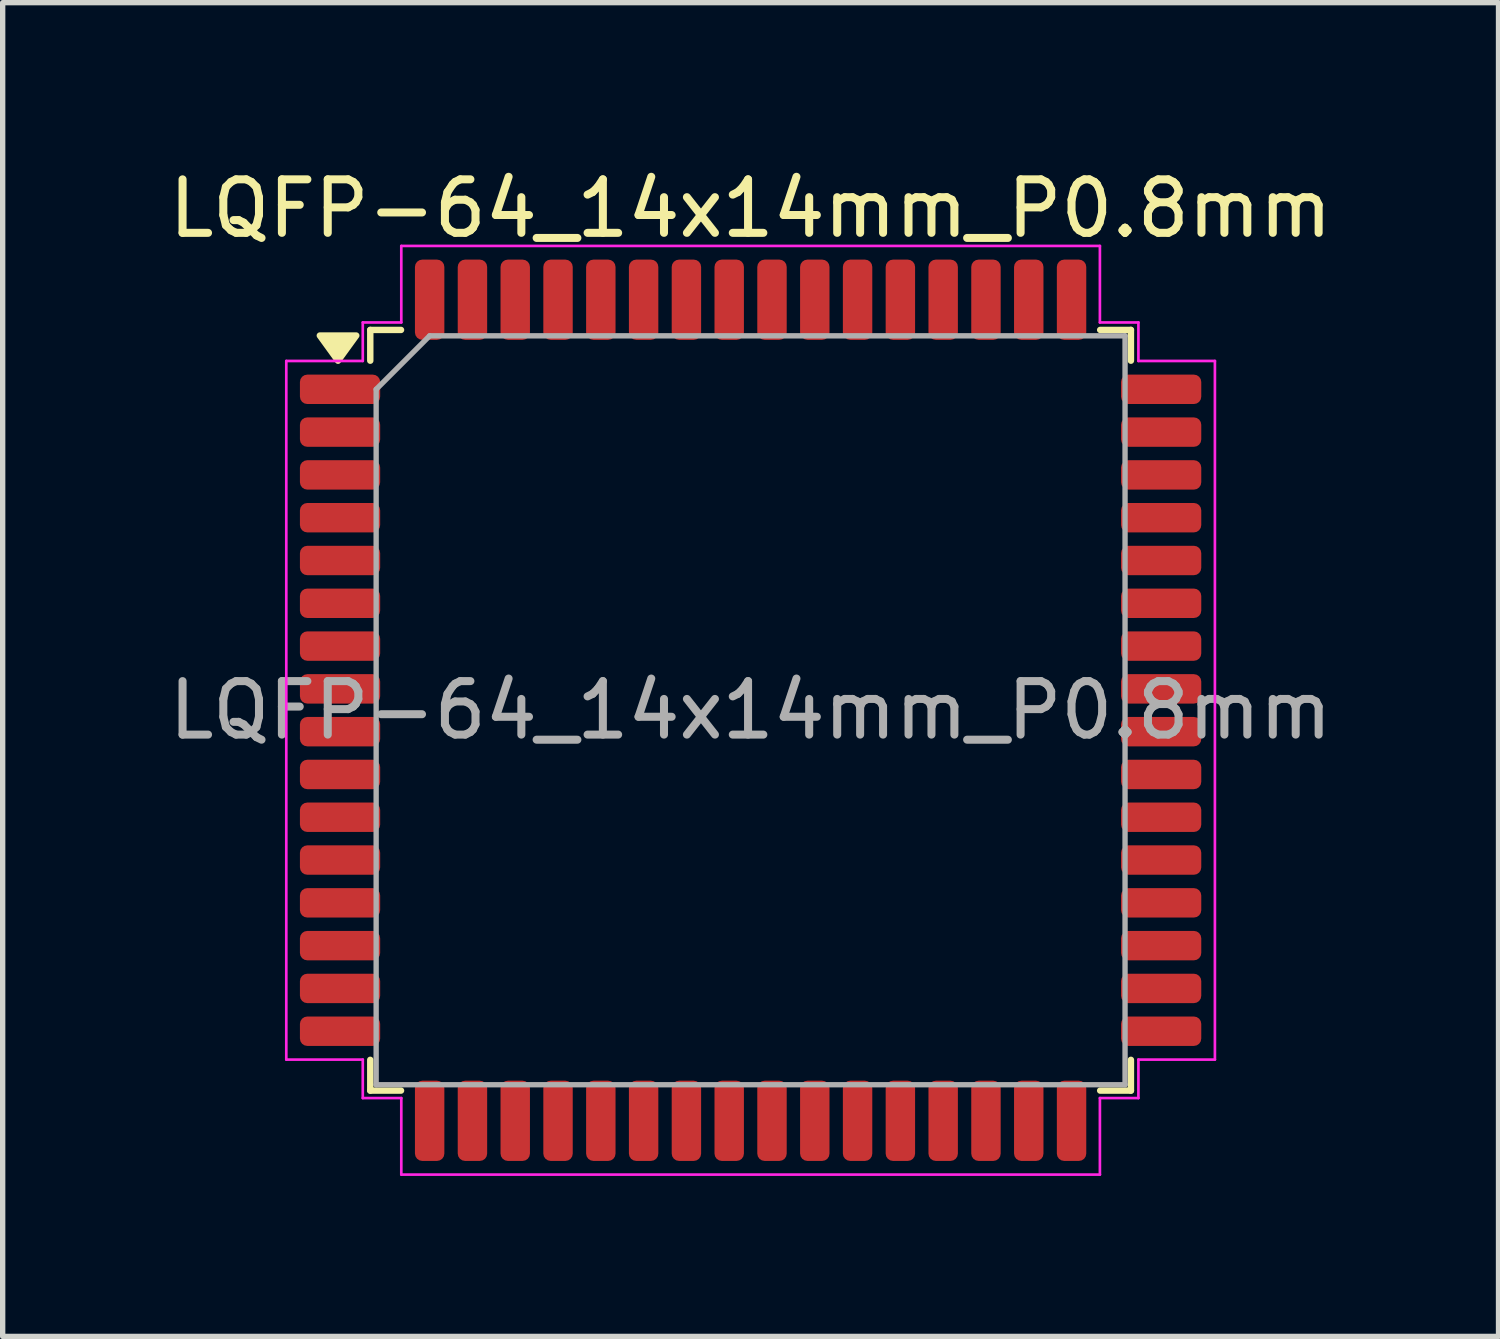
<source format=kicad_pcb>
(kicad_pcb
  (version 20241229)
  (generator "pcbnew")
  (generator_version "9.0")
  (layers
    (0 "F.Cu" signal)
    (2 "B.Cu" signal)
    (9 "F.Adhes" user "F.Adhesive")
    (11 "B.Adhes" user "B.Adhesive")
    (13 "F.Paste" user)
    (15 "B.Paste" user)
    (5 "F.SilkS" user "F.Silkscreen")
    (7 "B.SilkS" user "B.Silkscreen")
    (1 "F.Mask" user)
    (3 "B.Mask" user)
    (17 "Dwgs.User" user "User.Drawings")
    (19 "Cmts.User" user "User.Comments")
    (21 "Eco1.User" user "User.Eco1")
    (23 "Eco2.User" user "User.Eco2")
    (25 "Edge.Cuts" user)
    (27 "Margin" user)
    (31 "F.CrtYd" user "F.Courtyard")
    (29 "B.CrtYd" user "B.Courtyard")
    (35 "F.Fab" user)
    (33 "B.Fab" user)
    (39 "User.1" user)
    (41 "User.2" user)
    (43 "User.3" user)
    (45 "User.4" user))
  (footprint "LQFP-64_14x14mm_P0.8mm"
    (layer "F.Cu")
    (at 10.982 10.228)
    (property "Reference" "LQFP-64_14x14mm_P0.8mm" (at 0 -9.38 0) (layer "F.SilkS") (effects (font (size 1 1) (thickness 0.15))))
    (attr smd)
    (fp_line (start -7.11 -7.11) (end -7.11 -6.535) (stroke (width 0.12) (type solid)) (layer "F.SilkS"))
    (fp_line (start -7.11 7.11) (end -7.11 6.535) (stroke (width 0.12) (type solid)) (layer "F.SilkS"))
    (fp_line (start -6.535 -7.11) (end -7.11 -7.11) (stroke (width 0.12) (type solid)) (layer "F.SilkS"))
    (fp_line (start -6.535 7.11) (end -7.11 7.11) (stroke (width 0.12) (type solid)) (layer "F.SilkS"))
    (fp_line (start 6.535 -7.11) (end 7.11 -7.11) (stroke (width 0.12) (type solid)) (layer "F.SilkS"))
    (fp_line (start 6.535 7.11) (end 7.11 7.11) (stroke (width 0.12) (type solid)) (layer "F.SilkS"))
    (fp_line (start 7.11 -7.11) (end 7.11 -6.535) (stroke (width 0.12) (type solid)) (layer "F.SilkS"))
    (fp_line (start 7.11 7.11) (end 7.11 6.535) (stroke (width 0.12) (type solid)) (layer "F.SilkS"))
    (fp_poly (pts (xy -7.713 -6.535) (xy -8.053 -7.005) (xy -7.372 -7.005)) (stroke (width 0.12) (type solid)) (fill yes) (layer "F.SilkS"))
    (fp_line (start -8.68 -6.53) (end -7.25 -6.53) (stroke (width 0.05) (type solid)) (layer "F.CrtYd"))
    (fp_line (start -8.68 6.53) (end -8.68 -6.53) (stroke (width 0.05) (type solid)) (layer "F.CrtYd"))
    (fp_line (start -7.25 -7.25) (end -6.53 -7.25) (stroke (width 0.05) (type solid)) (layer "F.CrtYd"))
    (fp_line (start -7.25 -6.53) (end -7.25 -7.25) (stroke (width 0.05) (type solid)) (layer "F.CrtYd"))
    (fp_line (start -7.25 6.53) (end -8.68 6.53) (stroke (width 0.05) (type solid)) (layer "F.CrtYd"))
    (fp_line (start -7.25 7.25) (end -7.25 6.53) (stroke (width 0.05) (type solid)) (layer "F.CrtYd"))
    (fp_line (start -6.53 -8.68) (end 6.53 -8.68) (stroke (width 0.05) (type solid)) (layer "F.CrtYd"))
    (fp_line (start -6.53 -7.25) (end -6.53 -8.68) (stroke (width 0.05) (type solid)) (layer "F.CrtYd"))
    (fp_line (start -6.53 7.25) (end -7.25 7.25) (stroke (width 0.05) (type solid)) (layer "F.CrtYd"))
    (fp_line (start -6.53 8.68) (end -6.53 7.25) (stroke (width 0.05) (type solid)) (layer "F.CrtYd"))
    (fp_line (start 6.53 -8.68) (end 6.53 -7.25) (stroke (width 0.05) (type solid)) (layer "F.CrtYd"))
    (fp_line (start 6.53 -7.25) (end 7.25 -7.25) (stroke (width 0.05) (type solid)) (layer "F.CrtYd"))
    (fp_line (start 6.53 7.25) (end 6.53 8.68) (stroke (width 0.05) (type solid)) (layer "F.CrtYd"))
    (fp_line (start 6.53 8.68) (end -6.53 8.68) (stroke (width 0.05) (type solid)) (layer "F.CrtYd"))
    (fp_line (start 7.25 -7.25) (end 7.25 -6.53) (stroke (width 0.05) (type solid)) (layer "F.CrtYd"))
    (fp_line (start 7.25 -6.53) (end 8.68 -6.53) (stroke (width 0.05) (type solid)) (layer "F.CrtYd"))
    (fp_line (start 7.25 6.53) (end 7.25 7.25) (stroke (width 0.05) (type solid)) (layer "F.CrtYd"))
    (fp_line (start 7.25 7.25) (end 6.53 7.25) (stroke (width 0.05) (type solid)) (layer "F.CrtYd"))
    (fp_line (start 8.68 -6.53) (end 8.68 6.53) (stroke (width 0.05) (type solid)) (layer "F.CrtYd"))
    (fp_line (start 8.68 6.53) (end 7.25 6.53) (stroke (width 0.05) (type solid)) (layer "F.CrtYd"))
    (fp_line (start -7 -6) (end -6 -7) (stroke (width 0.1) (type solid)) (layer "F.Fab"))
    (fp_line (start -7 7) (end -7 -6) (stroke (width 0.1) (type solid)) (layer "F.Fab"))
    (fp_line (start -6 -7) (end 7 -7) (stroke (width 0.1) (type solid)) (layer "F.Fab"))
    (fp_line (start 7 -7) (end 7 7) (stroke (width 0.1) (type solid)) (layer "F.Fab"))
    (fp_line (start 7 7) (end -7 7) (stroke (width 0.1) (type solid)) (layer "F.Fab"))
    (fp_text user "${REFERENCE}" (at 0 0 0) (layer "F.Fab") (effects (font (size 1 1) (thickness 0.15))))
    (pad "1" smd roundrect (at -7.675 -6) (size 1.5 0.55) (layers "F.Cu" "F.Mask" "F.Paste") (roundrect_rratio 0.25))
    (pad "2" smd roundrect (at -7.675 -5.2) (size 1.5 0.55) (layers "F.Cu" "F.Mask" "F.Paste") (roundrect_rratio 0.25))
    (pad "3" smd roundrect (at -7.675 -4.4) (size 1.5 0.55) (layers "F.Cu" "F.Mask" "F.Paste") (roundrect_rratio 0.25))
    (pad "4" smd roundrect (at -7.675 -3.6) (size 1.5 0.55) (layers "F.Cu" "F.Mask" "F.Paste") (roundrect_rratio 0.25))
    (pad "5" smd roundrect (at -7.675 -2.8) (size 1.5 0.55) (layers "F.Cu" "F.Mask" "F.Paste") (roundrect_rratio 0.25))
    (pad "6" smd roundrect (at -7.675 -2) (size 1.5 0.55) (layers "F.Cu" "F.Mask" "F.Paste") (roundrect_rratio 0.25))
    (pad "7" smd roundrect (at -7.675 -1.2) (size 1.5 0.55) (layers "F.Cu" "F.Mask" "F.Paste") (roundrect_rratio 0.25))
    (pad "8" smd roundrect (at -7.675 -0.4) (size 1.5 0.55) (layers "F.Cu" "F.Mask" "F.Paste") (roundrect_rratio 0.25))
    (pad "9" smd roundrect (at -7.675 0.4) (size 1.5 0.55) (layers "F.Cu" "F.Mask" "F.Paste") (roundrect_rratio 0.25))
    (pad "10" smd roundrect (at -7.675 1.2) (size 1.5 0.55) (layers "F.Cu" "F.Mask" "F.Paste") (roundrect_rratio 0.25))
    (pad "11" smd roundrect (at -7.675 2) (size 1.5 0.55) (layers "F.Cu" "F.Mask" "F.Paste") (roundrect_rratio 0.25))
    (pad "12" smd roundrect (at -7.675 2.8) (size 1.5 0.55) (layers "F.Cu" "F.Mask" "F.Paste") (roundrect_rratio 0.25))
    (pad "13" smd roundrect (at -7.675 3.6) (size 1.5 0.55) (layers "F.Cu" "F.Mask" "F.Paste") (roundrect_rratio 0.25))
    (pad "14" smd roundrect (at -7.675 4.4) (size 1.5 0.55) (layers "F.Cu" "F.Mask" "F.Paste") (roundrect_rratio 0.25))
    (pad "15" smd roundrect (at -7.675 5.2) (size 1.5 0.55) (layers "F.Cu" "F.Mask" "F.Paste") (roundrect_rratio 0.25))
    (pad "16" smd roundrect (at -7.675 6) (size 1.5 0.55) (layers "F.Cu" "F.Mask" "F.Paste") (roundrect_rratio 0.25))
    (pad "17" smd roundrect (at -6 7.675) (size 0.55 1.5) (layers "F.Cu" "F.Mask" "F.Paste") (roundrect_rratio 0.25))
    (pad "18" smd roundrect (at -5.2 7.675) (size 0.55 1.5) (layers "F.Cu" "F.Mask" "F.Paste") (roundrect_rratio 0.25))
    (pad "19" smd roundrect (at -4.4 7.675) (size 0.55 1.5) (layers "F.Cu" "F.Mask" "F.Paste") (roundrect_rratio 0.25))
    (pad "20" smd roundrect (at -3.6 7.675) (size 0.55 1.5) (layers "F.Cu" "F.Mask" "F.Paste") (roundrect_rratio 0.25))
    (pad "21" smd roundrect (at -2.8 7.675) (size 0.55 1.5) (layers "F.Cu" "F.Mask" "F.Paste") (roundrect_rratio 0.25))
    (pad "22" smd roundrect (at -2 7.675) (size 0.55 1.5) (layers "F.Cu" "F.Mask" "F.Paste") (roundrect_rratio 0.25))
    (pad "23" smd roundrect (at -1.2 7.675) (size 0.55 1.5) (layers "F.Cu" "F.Mask" "F.Paste") (roundrect_rratio 0.25))
    (pad "24" smd roundrect (at -0.4 7.675) (size 0.55 1.5) (layers "F.Cu" "F.Mask" "F.Paste") (roundrect_rratio 0.25))
    (pad "25" smd roundrect (at 0.4 7.675) (size 0.55 1.5) (layers "F.Cu" "F.Mask" "F.Paste") (roundrect_rratio 0.25))
    (pad "26" smd roundrect (at 1.2 7.675) (size 0.55 1.5) (layers "F.Cu" "F.Mask" "F.Paste") (roundrect_rratio 0.25))
    (pad "27" smd roundrect (at 2 7.675) (size 0.55 1.5) (layers "F.Cu" "F.Mask" "F.Paste") (roundrect_rratio 0.25))
    (pad "28" smd roundrect (at 2.8 7.675) (size 0.55 1.5) (layers "F.Cu" "F.Mask" "F.Paste") (roundrect_rratio 0.25))
    (pad "29" smd roundrect (at 3.6 7.675) (size 0.55 1.5) (layers "F.Cu" "F.Mask" "F.Paste") (roundrect_rratio 0.25))
    (pad "30" smd roundrect (at 4.4 7.675) (size 0.55 1.5) (layers "F.Cu" "F.Mask" "F.Paste") (roundrect_rratio 0.25))
    (pad "31" smd roundrect (at 5.2 7.675) (size 0.55 1.5) (layers "F.Cu" "F.Mask" "F.Paste") (roundrect_rratio 0.25))
    (pad "32" smd roundrect (at 6 7.675) (size 0.55 1.5) (layers "F.Cu" "F.Mask" "F.Paste") (roundrect_rratio 0.25))
    (pad "33" smd roundrect (at 7.675 6) (size 1.5 0.55) (layers "F.Cu" "F.Mask" "F.Paste") (roundrect_rratio 0.25))
    (pad "34" smd roundrect (at 7.675 5.2) (size 1.5 0.55) (layers "F.Cu" "F.Mask" "F.Paste") (roundrect_rratio 0.25))
    (pad "35" smd roundrect (at 7.675 4.4) (size 1.5 0.55) (layers "F.Cu" "F.Mask" "F.Paste") (roundrect_rratio 0.25))
    (pad "36" smd roundrect (at 7.675 3.6) (size 1.5 0.55) (layers "F.Cu" "F.Mask" "F.Paste") (roundrect_rratio 0.25))
    (pad "37" smd roundrect (at 7.675 2.8) (size 1.5 0.55) (layers "F.Cu" "F.Mask" "F.Paste") (roundrect_rratio 0.25))
    (pad "38" smd roundrect (at 7.675 2) (size 1.5 0.55) (layers "F.Cu" "F.Mask" "F.Paste") (roundrect_rratio 0.25))
    (pad "39" smd roundrect (at 7.675 1.2) (size 1.5 0.55) (layers "F.Cu" "F.Mask" "F.Paste") (roundrect_rratio 0.25))
    (pad "40" smd roundrect (at 7.675 0.4) (size 1.5 0.55) (layers "F.Cu" "F.Mask" "F.Paste") (roundrect_rratio 0.25))
    (pad "41" smd roundrect (at 7.675 -0.4) (size 1.5 0.55) (layers "F.Cu" "F.Mask" "F.Paste") (roundrect_rratio 0.25))
    (pad "42" smd roundrect (at 7.675 -1.2) (size 1.5 0.55) (layers "F.Cu" "F.Mask" "F.Paste") (roundrect_rratio 0.25))
    (pad "43" smd roundrect (at 7.675 -2) (size 1.5 0.55) (layers "F.Cu" "F.Mask" "F.Paste") (roundrect_rratio 0.25))
    (pad "44" smd roundrect (at 7.675 -2.8) (size 1.5 0.55) (layers "F.Cu" "F.Mask" "F.Paste") (roundrect_rratio 0.25))
    (pad "45" smd roundrect (at 7.675 -3.6) (size 1.5 0.55) (layers "F.Cu" "F.Mask" "F.Paste") (roundrect_rratio 0.25))
    (pad "46" smd roundrect (at 7.675 -4.4) (size 1.5 0.55) (layers "F.Cu" "F.Mask" "F.Paste") (roundrect_rratio 0.25))
    (pad "47" smd roundrect (at 7.675 -5.2) (size 1.5 0.55) (layers "F.Cu" "F.Mask" "F.Paste") (roundrect_rratio 0.25))
    (pad "48" smd roundrect (at 7.675 -6) (size 1.5 0.55) (layers "F.Cu" "F.Mask" "F.Paste") (roundrect_rratio 0.25))
    (pad "49" smd roundrect (at 6 -7.675) (size 0.55 1.5) (layers "F.Cu" "F.Mask" "F.Paste") (roundrect_rratio 0.25))
    (pad "50" smd roundrect (at 5.2 -7.675) (size 0.55 1.5) (layers "F.Cu" "F.Mask" "F.Paste") (roundrect_rratio 0.25))
    (pad "51" smd roundrect (at 4.4 -7.675) (size 0.55 1.5) (layers "F.Cu" "F.Mask" "F.Paste") (roundrect_rratio 0.25))
    (pad "52" smd roundrect (at 3.6 -7.675) (size 0.55 1.5) (layers "F.Cu" "F.Mask" "F.Paste") (roundrect_rratio 0.25))
    (pad "53" smd roundrect (at 2.8 -7.675) (size 0.55 1.5) (layers "F.Cu" "F.Mask" "F.Paste") (roundrect_rratio 0.25))
    (pad "54" smd roundrect (at 2 -7.675) (size 0.55 1.5) (layers "F.Cu" "F.Mask" "F.Paste") (roundrect_rratio 0.25))
    (pad "55" smd roundrect (at 1.2 -7.675) (size 0.55 1.5) (layers "F.Cu" "F.Mask" "F.Paste") (roundrect_rratio 0.25))
    (pad "56" smd roundrect (at 0.4 -7.675) (size 0.55 1.5) (layers "F.Cu" "F.Mask" "F.Paste") (roundrect_rratio 0.25))
    (pad "57" smd roundrect (at -0.4 -7.675) (size 0.55 1.5) (layers "F.Cu" "F.Mask" "F.Paste") (roundrect_rratio 0.25))
    (pad "58" smd roundrect (at -1.2 -7.675) (size 0.55 1.5) (layers "F.Cu" "F.Mask" "F.Paste") (roundrect_rratio 0.25))
    (pad "59" smd roundrect (at -2 -7.675) (size 0.55 1.5) (layers "F.Cu" "F.Mask" "F.Paste") (roundrect_rratio 0.25))
    (pad "60" smd roundrect (at -2.8 -7.675) (size 0.55 1.5) (layers "F.Cu" "F.Mask" "F.Paste") (roundrect_rratio 0.25))
    (pad "61" smd roundrect (at -3.6 -7.675) (size 0.55 1.5) (layers "F.Cu" "F.Mask" "F.Paste") (roundrect_rratio 0.25))
    (pad "62" smd roundrect (at -4.4 -7.675) (size 0.55 1.5) (layers "F.Cu" "F.Mask" "F.Paste") (roundrect_rratio 0.25))
    (pad "63" smd roundrect (at -5.2 -7.675) (size 0.55 1.5) (layers "F.Cu" "F.Mask" "F.Paste") (roundrect_rratio 0.25))
    (pad "64" smd roundrect (at -6 -7.675) (size 0.55 1.5) (layers "F.Cu" "F.Mask" "F.Paste") (roundrect_rratio 0.25)))
  (gr_rect
    (start -3 -3)
    (end 24.964 21.933)
    (stroke (width 0.1) (type default))
    (fill no)
    (layer "Edge.Cuts")))
</source>
